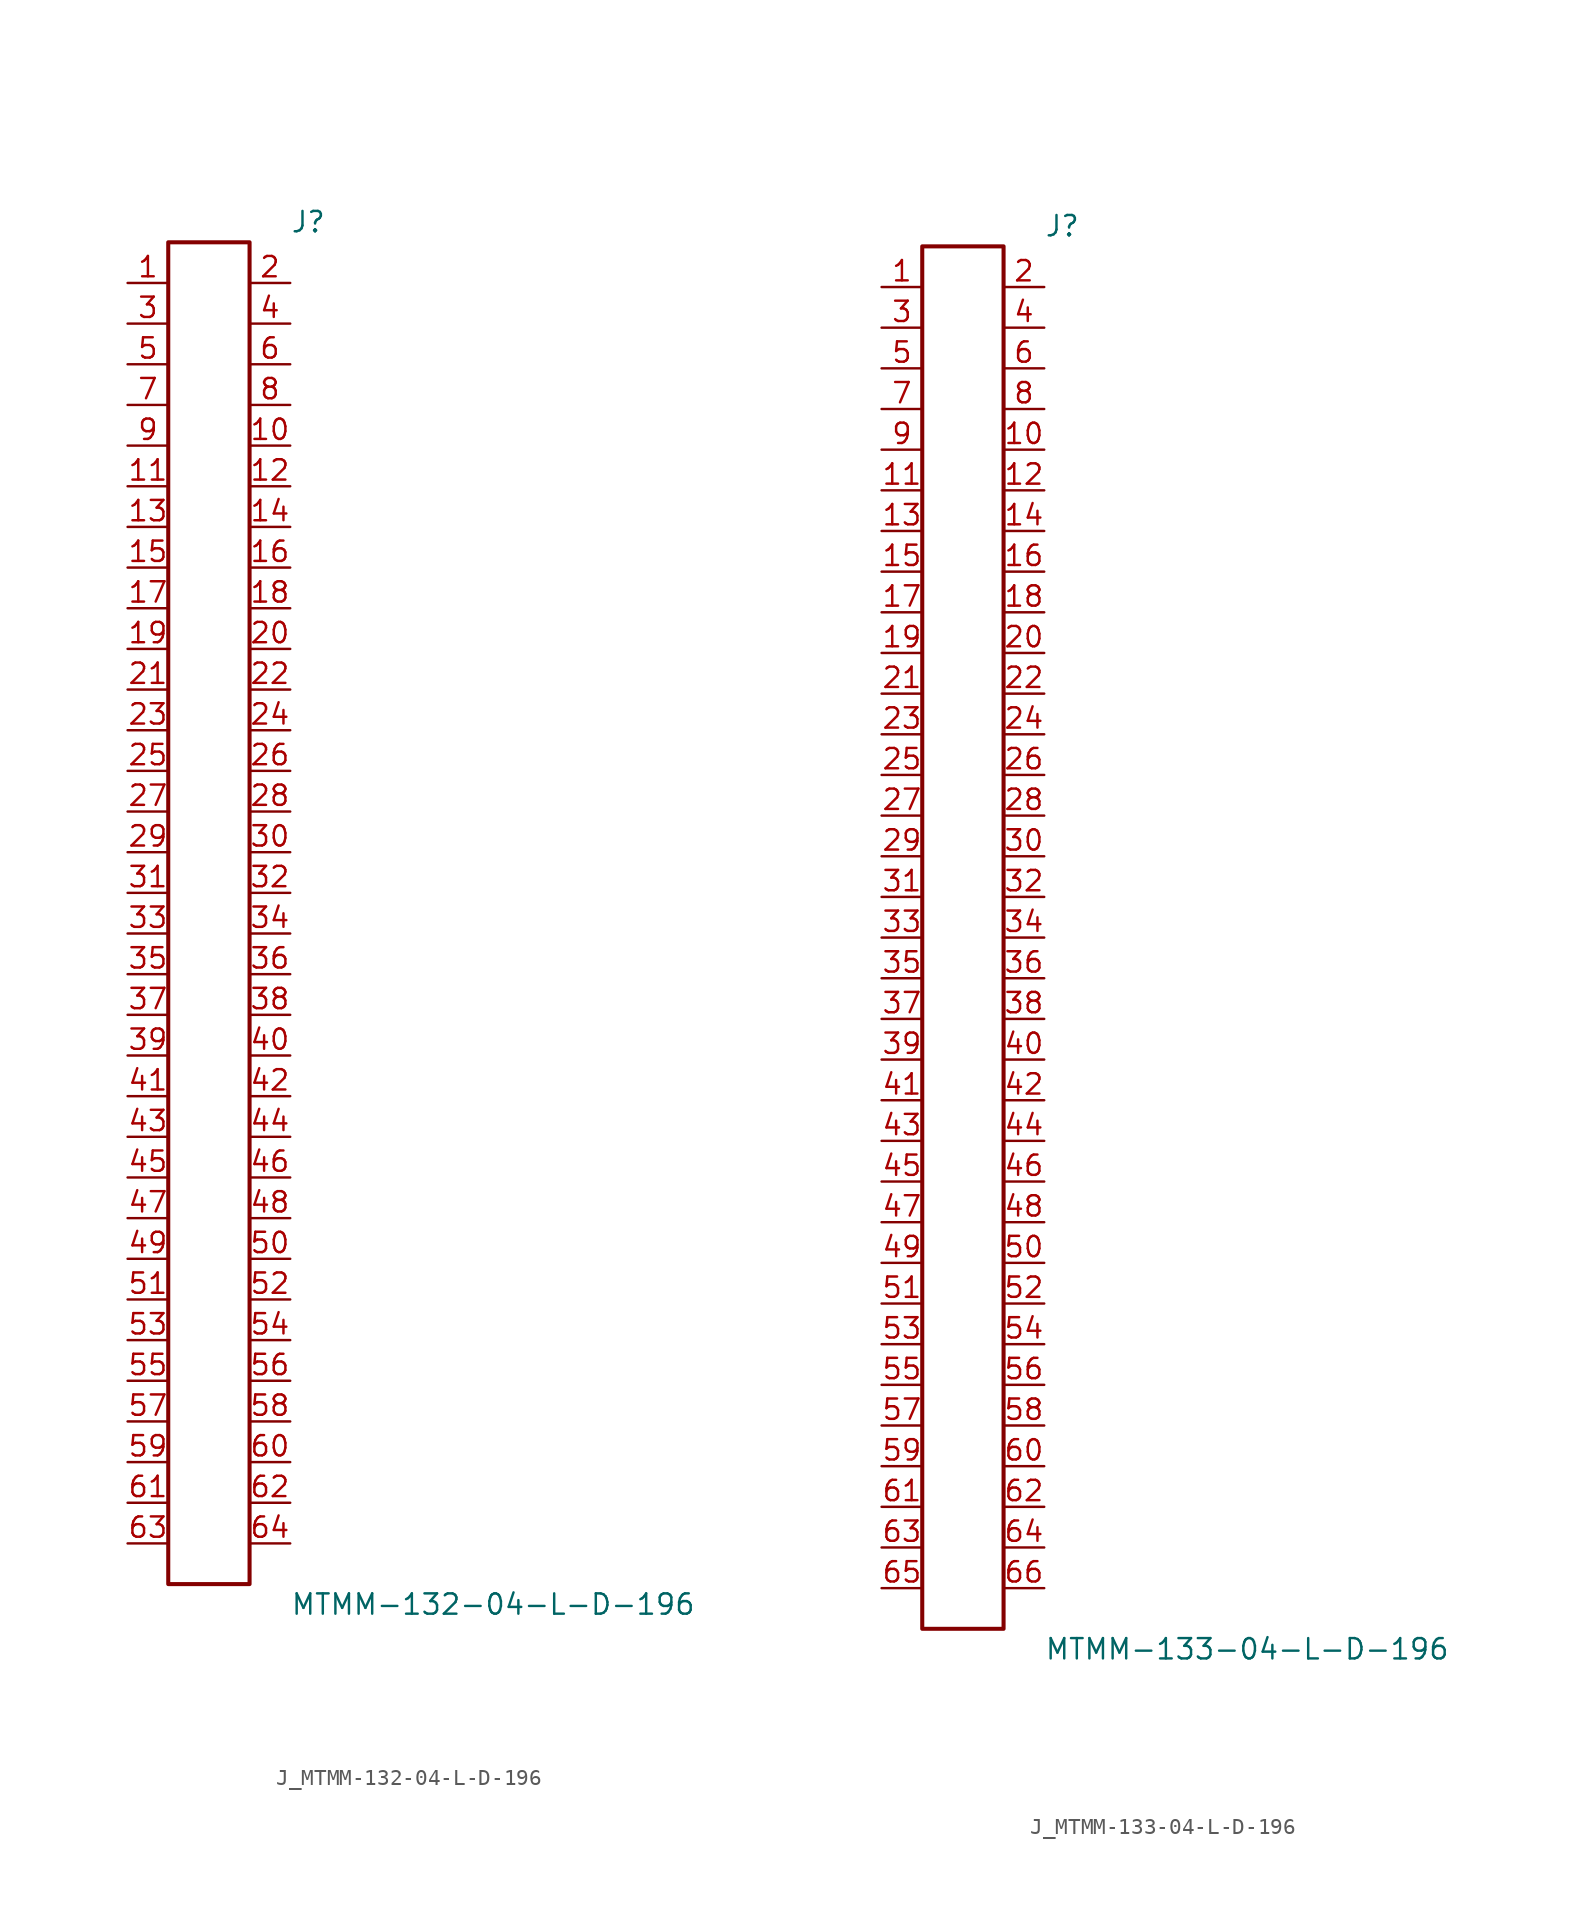
<source format=kicad_sym>
(kicad_symbol_lib
  (version 20231120)
  (generator kicad_symbol_editor)
  (generator_version 8.0)
  (symbol "J_MTMM-132-04-L-D-196"
    (pin_names
      (offset 0.254))
    (property "Reference" "J"
      (at 5.08 43.18 0)
      (effects (font (size 1.27 1.27)) (justify left)))
    (property "Value" "MTMM-132-04-L-D-196"
      (at 5.08 -43.18 0)
      (effects (font (size 1.27 1.27)) (justify left)))
    (symbol "J_MTMM-132-04-L-D-196_0_0"
      (pin passive line (at -5.08 39.37 0) (length 2.54) (name "" (effects (font (size 1.27 1.27)))) (number "1" (effects (font (size 1.27 1.27)))))
      (pin passive line (at 5.08 39.37 180) (length 2.54) (name "" (effects (font (size 1.27 1.27)))) (number "2" (effects (font (size 1.27 1.27)))))
      (pin passive line (at -5.08 36.83 0) (length 2.54) (name "" (effects (font (size 1.27 1.27)))) (number "3" (effects (font (size 1.27 1.27)))))
      (pin passive line (at 5.08 36.83 180) (length 2.54) (name "" (effects (font (size 1.27 1.27)))) (number "4" (effects (font (size 1.27 1.27)))))
      (pin passive line (at -5.08 34.29 0) (length 2.54) (name "" (effects (font (size 1.27 1.27)))) (number "5" (effects (font (size 1.27 1.27)))))
      (pin passive line (at 5.08 34.29 180) (length 2.54) (name "" (effects (font (size 1.27 1.27)))) (number "6" (effects (font (size 1.27 1.27)))))
      (pin passive line (at -5.08 31.75 0) (length 2.54) (name "" (effects (font (size 1.27 1.27)))) (number "7" (effects (font (size 1.27 1.27)))))
      (pin passive line (at 5.08 31.75 180) (length 2.54) (name "" (effects (font (size 1.27 1.27)))) (number "8" (effects (font (size 1.27 1.27)))))
      (pin passive line (at -5.08 29.21 0) (length 2.54) (name "" (effects (font (size 1.27 1.27)))) (number "9" (effects (font (size 1.27 1.27)))))
      (pin passive line (at 5.08 29.21 180) (length 2.54) (name "" (effects (font (size 1.27 1.27)))) (number "10" (effects (font (size 1.27 1.27)))))
      (pin passive line (at -5.08 26.67 0) (length 2.54) (name "" (effects (font (size 1.27 1.27)))) (number "11" (effects (font (size 1.27 1.27)))))
      (pin passive line (at 5.08 26.67 180) (length 2.54) (name "" (effects (font (size 1.27 1.27)))) (number "12" (effects (font (size 1.27 1.27)))))
      (pin passive line (at -5.08 24.13 0) (length 2.54) (name "" (effects (font (size 1.27 1.27)))) (number "13" (effects (font (size 1.27 1.27)))))
      (pin passive line (at 5.08 24.13 180) (length 2.54) (name "" (effects (font (size 1.27 1.27)))) (number "14" (effects (font (size 1.27 1.27)))))
      (pin passive line (at -5.08 21.59 0) (length 2.54) (name "" (effects (font (size 1.27 1.27)))) (number "15" (effects (font (size 1.27 1.27)))))
      (pin passive line (at 5.08 21.59 180) (length 2.54) (name "" (effects (font (size 1.27 1.27)))) (number "16" (effects (font (size 1.27 1.27)))))
      (pin passive line (at -5.08 19.05 0) (length 2.54) (name "" (effects (font (size 1.27 1.27)))) (number "17" (effects (font (size 1.27 1.27)))))
      (pin passive line (at 5.08 19.05 180) (length 2.54) (name "" (effects (font (size 1.27 1.27)))) (number "18" (effects (font (size 1.27 1.27)))))
      (pin passive line (at -5.08 16.51 0) (length 2.54) (name "" (effects (font (size 1.27 1.27)))) (number "19" (effects (font (size 1.27 1.27)))))
      (pin passive line (at 5.08 16.51 180) (length 2.54) (name "" (effects (font (size 1.27 1.27)))) (number "20" (effects (font (size 1.27 1.27)))))
      (pin passive line (at -5.08 13.97 0) (length 2.54) (name "" (effects (font (size 1.27 1.27)))) (number "21" (effects (font (size 1.27 1.27)))))
      (pin passive line (at 5.08 13.97 180) (length 2.54) (name "" (effects (font (size 1.27 1.27)))) (number "22" (effects (font (size 1.27 1.27)))))
      (pin passive line (at -5.08 11.43 0) (length 2.54) (name "" (effects (font (size 1.27 1.27)))) (number "23" (effects (font (size 1.27 1.27)))))
      (pin passive line (at 5.08 11.43 180) (length 2.54) (name "" (effects (font (size 1.27 1.27)))) (number "24" (effects (font (size 1.27 1.27)))))
      (pin passive line (at -5.08 8.89 0) (length 2.54) (name "" (effects (font (size 1.27 1.27)))) (number "25" (effects (font (size 1.27 1.27)))))
      (pin passive line (at 5.08 8.89 180) (length 2.54) (name "" (effects (font (size 1.27 1.27)))) (number "26" (effects (font (size 1.27 1.27)))))
      (pin passive line (at -5.08 6.35 0) (length 2.54) (name "" (effects (font (size 1.27 1.27)))) (number "27" (effects (font (size 1.27 1.27)))))
      (pin passive line (at 5.08 6.35 180) (length 2.54) (name "" (effects (font (size 1.27 1.27)))) (number "28" (effects (font (size 1.27 1.27)))))
      (pin passive line (at -5.08 3.81 0) (length 2.54) (name "" (effects (font (size 1.27 1.27)))) (number "29" (effects (font (size 1.27 1.27)))))
      (pin passive line (at 5.08 3.81 180) (length 2.54) (name "" (effects (font (size 1.27 1.27)))) (number "30" (effects (font (size 1.27 1.27)))))
      (pin passive line (at -5.08 1.27 0) (length 2.54) (name "" (effects (font (size 1.27 1.27)))) (number "31" (effects (font (size 1.27 1.27)))))
      (pin passive line (at 5.08 1.27 180) (length 2.54) (name "" (effects (font (size 1.27 1.27)))) (number "32" (effects (font (size 1.27 1.27)))))
      (pin passive line (at -5.08 -1.27 0) (length 2.54) (name "" (effects (font (size 1.27 1.27)))) (number "33" (effects (font (size 1.27 1.27)))))
      (pin passive line (at 5.08 -1.27 180) (length 2.54) (name "" (effects (font (size 1.27 1.27)))) (number "34" (effects (font (size 1.27 1.27)))))
      (pin passive line (at -5.08 -3.81 0) (length 2.54) (name "" (effects (font (size 1.27 1.27)))) (number "35" (effects (font (size 1.27 1.27)))))
      (pin passive line (at 5.08 -3.81 180) (length 2.54) (name "" (effects (font (size 1.27 1.27)))) (number "36" (effects (font (size 1.27 1.27)))))
      (pin passive line (at -5.08 -6.35 0) (length 2.54) (name "" (effects (font (size 1.27 1.27)))) (number "37" (effects (font (size 1.27 1.27)))))
      (pin passive line (at 5.08 -6.35 180) (length 2.54) (name "" (effects (font (size 1.27 1.27)))) (number "38" (effects (font (size 1.27 1.27)))))
      (pin passive line (at -5.08 -8.89 0) (length 2.54) (name "" (effects (font (size 1.27 1.27)))) (number "39" (effects (font (size 1.27 1.27)))))
      (pin passive line (at 5.08 -8.89 180) (length 2.54) (name "" (effects (font (size 1.27 1.27)))) (number "40" (effects (font (size 1.27 1.27)))))
      (pin passive line (at -5.08 -11.43 0) (length 2.54) (name "" (effects (font (size 1.27 1.27)))) (number "41" (effects (font (size 1.27 1.27)))))
      (pin passive line (at 5.08 -11.43 180) (length 2.54) (name "" (effects (font (size 1.27 1.27)))) (number "42" (effects (font (size 1.27 1.27)))))
      (pin passive line (at -5.08 -13.97 0) (length 2.54) (name "" (effects (font (size 1.27 1.27)))) (number "43" (effects (font (size 1.27 1.27)))))
      (pin passive line (at 5.08 -13.97 180) (length 2.54) (name "" (effects (font (size 1.27 1.27)))) (number "44" (effects (font (size 1.27 1.27)))))
      (pin passive line (at -5.08 -16.51 0) (length 2.54) (name "" (effects (font (size 1.27 1.27)))) (number "45" (effects (font (size 1.27 1.27)))))
      (pin passive line (at 5.08 -16.51 180) (length 2.54) (name "" (effects (font (size 1.27 1.27)))) (number "46" (effects (font (size 1.27 1.27)))))
      (pin passive line (at -5.08 -19.05 0) (length 2.54) (name "" (effects (font (size 1.27 1.27)))) (number "47" (effects (font (size 1.27 1.27)))))
      (pin passive line (at 5.08 -19.05 180) (length 2.54) (name "" (effects (font (size 1.27 1.27)))) (number "48" (effects (font (size 1.27 1.27)))))
      (pin passive line (at -5.08 -21.59 0) (length 2.54) (name "" (effects (font (size 1.27 1.27)))) (number "49" (effects (font (size 1.27 1.27)))))
      (pin passive line (at 5.08 -21.59 180) (length 2.54) (name "" (effects (font (size 1.27 1.27)))) (number "50" (effects (font (size 1.27 1.27)))))
      (pin passive line (at -5.08 -24.13 0) (length 2.54) (name "" (effects (font (size 1.27 1.27)))) (number "51" (effects (font (size 1.27 1.27)))))
      (pin passive line (at 5.08 -24.13 180) (length 2.54) (name "" (effects (font (size 1.27 1.27)))) (number "52" (effects (font (size 1.27 1.27)))))
      (pin passive line (at -5.08 -26.67 0) (length 2.54) (name "" (effects (font (size 1.27 1.27)))) (number "53" (effects (font (size 1.27 1.27)))))
      (pin passive line (at 5.08 -26.67 180) (length 2.54) (name "" (effects (font (size 1.27 1.27)))) (number "54" (effects (font (size 1.27 1.27)))))
      (pin passive line (at -5.08 -29.21 0) (length 2.54) (name "" (effects (font (size 1.27 1.27)))) (number "55" (effects (font (size 1.27 1.27)))))
      (pin passive line (at 5.08 -29.21 180) (length 2.54) (name "" (effects (font (size 1.27 1.27)))) (number "56" (effects (font (size 1.27 1.27)))))
      (pin passive line (at -5.08 -31.75 0) (length 2.54) (name "" (effects (font (size 1.27 1.27)))) (number "57" (effects (font (size 1.27 1.27)))))
      (pin passive line (at 5.08 -31.75 180) (length 2.54) (name "" (effects (font (size 1.27 1.27)))) (number "58" (effects (font (size 1.27 1.27)))))
      (pin passive line (at -5.08 -34.29 0) (length 2.54) (name "" (effects (font (size 1.27 1.27)))) (number "59" (effects (font (size 1.27 1.27)))))
      (pin passive line (at 5.08 -34.29 180) (length 2.54) (name "" (effects (font (size 1.27 1.27)))) (number "60" (effects (font (size 1.27 1.27)))))
      (pin passive line (at -5.08 -36.83 0) (length 2.54) (name "" (effects (font (size 1.27 1.27)))) (number "61" (effects (font (size 1.27 1.27)))))
      (pin passive line (at 5.08 -36.83 180) (length 2.54) (name "" (effects (font (size 1.27 1.27)))) (number "62" (effects (font (size 1.27 1.27)))))
      (pin passive line (at -5.08 -39.37 0) (length 2.54) (name "" (effects (font (size 1.27 1.27)))) (number "63" (effects (font (size 1.27 1.27)))))
      (pin passive line (at 5.08 -39.37 180) (length 2.54) (name "" (effects (font (size 1.27 1.27)))) (number "64" (effects (font (size 1.27 1.27))))))
    (symbol "J_MTMM-132-04-L-D-196_1_0"
      (rectangle (start -2.54 41.91) (end 2.54 -41.91) (stroke (width 0.254) (type solid)) (fill (type none)))))
  (symbol "J_MTMM-133-04-L-D-196"
    (pin_names
      (offset 0.254))
    (property "Reference" "J"
      (at 5.08 44.45 0)
      (effects (font (size 1.27 1.27)) (justify left)))
    (property "Value" "MTMM-133-04-L-D-196"
      (at 5.08 -44.45 0)
      (effects (font (size 1.27 1.27)) (justify left)))
    (symbol "J_MTMM-133-04-L-D-196_0_0"
      (pin passive line (at -5.08 40.64 0) (length 2.54) (name "" (effects (font (size 1.27 1.27)))) (number "1" (effects (font (size 1.27 1.27)))))
      (pin passive line (at 5.08 40.64 180) (length 2.54) (name "" (effects (font (size 1.27 1.27)))) (number "2" (effects (font (size 1.27 1.27)))))
      (pin passive line (at -5.08 38.1 0) (length 2.54) (name "" (effects (font (size 1.27 1.27)))) (number "3" (effects (font (size 1.27 1.27)))))
      (pin passive line (at 5.08 38.1 180) (length 2.54) (name "" (effects (font (size 1.27 1.27)))) (number "4" (effects (font (size 1.27 1.27)))))
      (pin passive line (at -5.08 35.56 0) (length 2.54) (name "" (effects (font (size 1.27 1.27)))) (number "5" (effects (font (size 1.27 1.27)))))
      (pin passive line (at 5.08 35.56 180) (length 2.54) (name "" (effects (font (size 1.27 1.27)))) (number "6" (effects (font (size 1.27 1.27)))))
      (pin passive line (at -5.08 33.02 0) (length 2.54) (name "" (effects (font (size 1.27 1.27)))) (number "7" (effects (font (size 1.27 1.27)))))
      (pin passive line (at 5.08 33.02 180) (length 2.54) (name "" (effects (font (size 1.27 1.27)))) (number "8" (effects (font (size 1.27 1.27)))))
      (pin passive line (at -5.08 30.48 0) (length 2.54) (name "" (effects (font (size 1.27 1.27)))) (number "9" (effects (font (size 1.27 1.27)))))
      (pin passive line (at 5.08 30.48 180) (length 2.54) (name "" (effects (font (size 1.27 1.27)))) (number "10" (effects (font (size 1.27 1.27)))))
      (pin passive line (at -5.08 27.94 0) (length 2.54) (name "" (effects (font (size 1.27 1.27)))) (number "11" (effects (font (size 1.27 1.27)))))
      (pin passive line (at 5.08 27.94 180) (length 2.54) (name "" (effects (font (size 1.27 1.27)))) (number "12" (effects (font (size 1.27 1.27)))))
      (pin passive line (at -5.08 25.4 0) (length 2.54) (name "" (effects (font (size 1.27 1.27)))) (number "13" (effects (font (size 1.27 1.27)))))
      (pin passive line (at 5.08 25.4 180) (length 2.54) (name "" (effects (font (size 1.27 1.27)))) (number "14" (effects (font (size 1.27 1.27)))))
      (pin passive line (at -5.08 22.86 0) (length 2.54) (name "" (effects (font (size 1.27 1.27)))) (number "15" (effects (font (size 1.27 1.27)))))
      (pin passive line (at 5.08 22.86 180) (length 2.54) (name "" (effects (font (size 1.27 1.27)))) (number "16" (effects (font (size 1.27 1.27)))))
      (pin passive line (at -5.08 20.32 0) (length 2.54) (name "" (effects (font (size 1.27 1.27)))) (number "17" (effects (font (size 1.27 1.27)))))
      (pin passive line (at 5.08 20.32 180) (length 2.54) (name "" (effects (font (size 1.27 1.27)))) (number "18" (effects (font (size 1.27 1.27)))))
      (pin passive line (at -5.08 17.78 0) (length 2.54) (name "" (effects (font (size 1.27 1.27)))) (number "19" (effects (font (size 1.27 1.27)))))
      (pin passive line (at 5.08 17.78 180) (length 2.54) (name "" (effects (font (size 1.27 1.27)))) (number "20" (effects (font (size 1.27 1.27)))))
      (pin passive line (at -5.08 15.24 0) (length 2.54) (name "" (effects (font (size 1.27 1.27)))) (number "21" (effects (font (size 1.27 1.27)))))
      (pin passive line (at 5.08 15.24 180) (length 2.54) (name "" (effects (font (size 1.27 1.27)))) (number "22" (effects (font (size 1.27 1.27)))))
      (pin passive line (at -5.08 12.7 0) (length 2.54) (name "" (effects (font (size 1.27 1.27)))) (number "23" (effects (font (size 1.27 1.27)))))
      (pin passive line (at 5.08 12.7 180) (length 2.54) (name "" (effects (font (size 1.27 1.27)))) (number "24" (effects (font (size 1.27 1.27)))))
      (pin passive line (at -5.08 10.16 0) (length 2.54) (name "" (effects (font (size 1.27 1.27)))) (number "25" (effects (font (size 1.27 1.27)))))
      (pin passive line (at 5.08 10.16 180) (length 2.54) (name "" (effects (font (size 1.27 1.27)))) (number "26" (effects (font (size 1.27 1.27)))))
      (pin passive line (at -5.08 7.62 0) (length 2.54) (name "" (effects (font (size 1.27 1.27)))) (number "27" (effects (font (size 1.27 1.27)))))
      (pin passive line (at 5.08 7.62 180) (length 2.54) (name "" (effects (font (size 1.27 1.27)))) (number "28" (effects (font (size 1.27 1.27)))))
      (pin passive line (at -5.08 5.08 0) (length 2.54) (name "" (effects (font (size 1.27 1.27)))) (number "29" (effects (font (size 1.27 1.27)))))
      (pin passive line (at 5.08 5.08 180) (length 2.54) (name "" (effects (font (size 1.27 1.27)))) (number "30" (effects (font (size 1.27 1.27)))))
      (pin passive line (at -5.08 2.54 0) (length 2.54) (name "" (effects (font (size 1.27 1.27)))) (number "31" (effects (font (size 1.27 1.27)))))
      (pin passive line (at 5.08 2.54 180) (length 2.54) (name "" (effects (font (size 1.27 1.27)))) (number "32" (effects (font (size 1.27 1.27)))))
      (pin passive line (at -5.08 0.0 0) (length 2.54) (name "" (effects (font (size 1.27 1.27)))) (number "33" (effects (font (size 1.27 1.27)))))
      (pin passive line (at 5.08 0.0 180) (length 2.54) (name "" (effects (font (size 1.27 1.27)))) (number "34" (effects (font (size 1.27 1.27)))))
      (pin passive line (at -5.08 -2.54 0) (length 2.54) (name "" (effects (font (size 1.27 1.27)))) (number "35" (effects (font (size 1.27 1.27)))))
      (pin passive line (at 5.08 -2.54 180) (length 2.54) (name "" (effects (font (size 1.27 1.27)))) (number "36" (effects (font (size 1.27 1.27)))))
      (pin passive line (at -5.08 -5.08 0) (length 2.54) (name "" (effects (font (size 1.27 1.27)))) (number "37" (effects (font (size 1.27 1.27)))))
      (pin passive line (at 5.08 -5.08 180) (length 2.54) (name "" (effects (font (size 1.27 1.27)))) (number "38" (effects (font (size 1.27 1.27)))))
      (pin passive line (at -5.08 -7.62 0) (length 2.54) (name "" (effects (font (size 1.27 1.27)))) (number "39" (effects (font (size 1.27 1.27)))))
      (pin passive line (at 5.08 -7.62 180) (length 2.54) (name "" (effects (font (size 1.27 1.27)))) (number "40" (effects (font (size 1.27 1.27)))))
      (pin passive line (at -5.08 -10.16 0) (length 2.54) (name "" (effects (font (size 1.27 1.27)))) (number "41" (effects (font (size 1.27 1.27)))))
      (pin passive line (at 5.08 -10.16 180) (length 2.54) (name "" (effects (font (size 1.27 1.27)))) (number "42" (effects (font (size 1.27 1.27)))))
      (pin passive line (at -5.08 -12.7 0) (length 2.54) (name "" (effects (font (size 1.27 1.27)))) (number "43" (effects (font (size 1.27 1.27)))))
      (pin passive line (at 5.08 -12.7 180) (length 2.54) (name "" (effects (font (size 1.27 1.27)))) (number "44" (effects (font (size 1.27 1.27)))))
      (pin passive line (at -5.08 -15.24 0) (length 2.54) (name "" (effects (font (size 1.27 1.27)))) (number "45" (effects (font (size 1.27 1.27)))))
      (pin passive line (at 5.08 -15.24 180) (length 2.54) (name "" (effects (font (size 1.27 1.27)))) (number "46" (effects (font (size 1.27 1.27)))))
      (pin passive line (at -5.08 -17.78 0) (length 2.54) (name "" (effects (font (size 1.27 1.27)))) (number "47" (effects (font (size 1.27 1.27)))))
      (pin passive line (at 5.08 -17.78 180) (length 2.54) (name "" (effects (font (size 1.27 1.27)))) (number "48" (effects (font (size 1.27 1.27)))))
      (pin passive line (at -5.08 -20.32 0) (length 2.54) (name "" (effects (font (size 1.27 1.27)))) (number "49" (effects (font (size 1.27 1.27)))))
      (pin passive line (at 5.08 -20.32 180) (length 2.54) (name "" (effects (font (size 1.27 1.27)))) (number "50" (effects (font (size 1.27 1.27)))))
      (pin passive line (at -5.08 -22.86 0) (length 2.54) (name "" (effects (font (size 1.27 1.27)))) (number "51" (effects (font (size 1.27 1.27)))))
      (pin passive line (at 5.08 -22.86 180) (length 2.54) (name "" (effects (font (size 1.27 1.27)))) (number "52" (effects (font (size 1.27 1.27)))))
      (pin passive line (at -5.08 -25.4 0) (length 2.54) (name "" (effects (font (size 1.27 1.27)))) (number "53" (effects (font (size 1.27 1.27)))))
      (pin passive line (at 5.08 -25.4 180) (length 2.54) (name "" (effects (font (size 1.27 1.27)))) (number "54" (effects (font (size 1.27 1.27)))))
      (pin passive line (at -5.08 -27.94 0) (length 2.54) (name "" (effects (font (size 1.27 1.27)))) (number "55" (effects (font (size 1.27 1.27)))))
      (pin passive line (at 5.08 -27.94 180) (length 2.54) (name "" (effects (font (size 1.27 1.27)))) (number "56" (effects (font (size 1.27 1.27)))))
      (pin passive line (at -5.08 -30.48 0) (length 2.54) (name "" (effects (font (size 1.27 1.27)))) (number "57" (effects (font (size 1.27 1.27)))))
      (pin passive line (at 5.08 -30.48 180) (length 2.54) (name "" (effects (font (size 1.27 1.27)))) (number "58" (effects (font (size 1.27 1.27)))))
      (pin passive line (at -5.08 -33.02 0) (length 2.54) (name "" (effects (font (size 1.27 1.27)))) (number "59" (effects (font (size 1.27 1.27)))))
      (pin passive line (at 5.08 -33.02 180) (length 2.54) (name "" (effects (font (size 1.27 1.27)))) (number "60" (effects (font (size 1.27 1.27)))))
      (pin passive line (at -5.08 -35.56 0) (length 2.54) (name "" (effects (font (size 1.27 1.27)))) (number "61" (effects (font (size 1.27 1.27)))))
      (pin passive line (at 5.08 -35.56 180) (length 2.54) (name "" (effects (font (size 1.27 1.27)))) (number "62" (effects (font (size 1.27 1.27)))))
      (pin passive line (at -5.08 -38.1 0) (length 2.54) (name "" (effects (font (size 1.27 1.27)))) (number "63" (effects (font (size 1.27 1.27)))))
      (pin passive line (at 5.08 -38.1 180) (length 2.54) (name "" (effects (font (size 1.27 1.27)))) (number "64" (effects (font (size 1.27 1.27)))))
      (pin passive line (at -5.08 -40.64 0) (length 2.54) (name "" (effects (font (size 1.27 1.27)))) (number "65" (effects (font (size 1.27 1.27)))))
      (pin passive line (at 5.08 -40.64 180) (length 2.54) (name "" (effects (font (size 1.27 1.27)))) (number "66" (effects (font (size 1.27 1.27))))))
    (symbol "J_MTMM-133-04-L-D-196_1_0"
      (rectangle (start -2.54 43.18) (end 2.54 -43.18) (stroke (width 0.254) (type solid)) (fill (type none))))))
</source>
